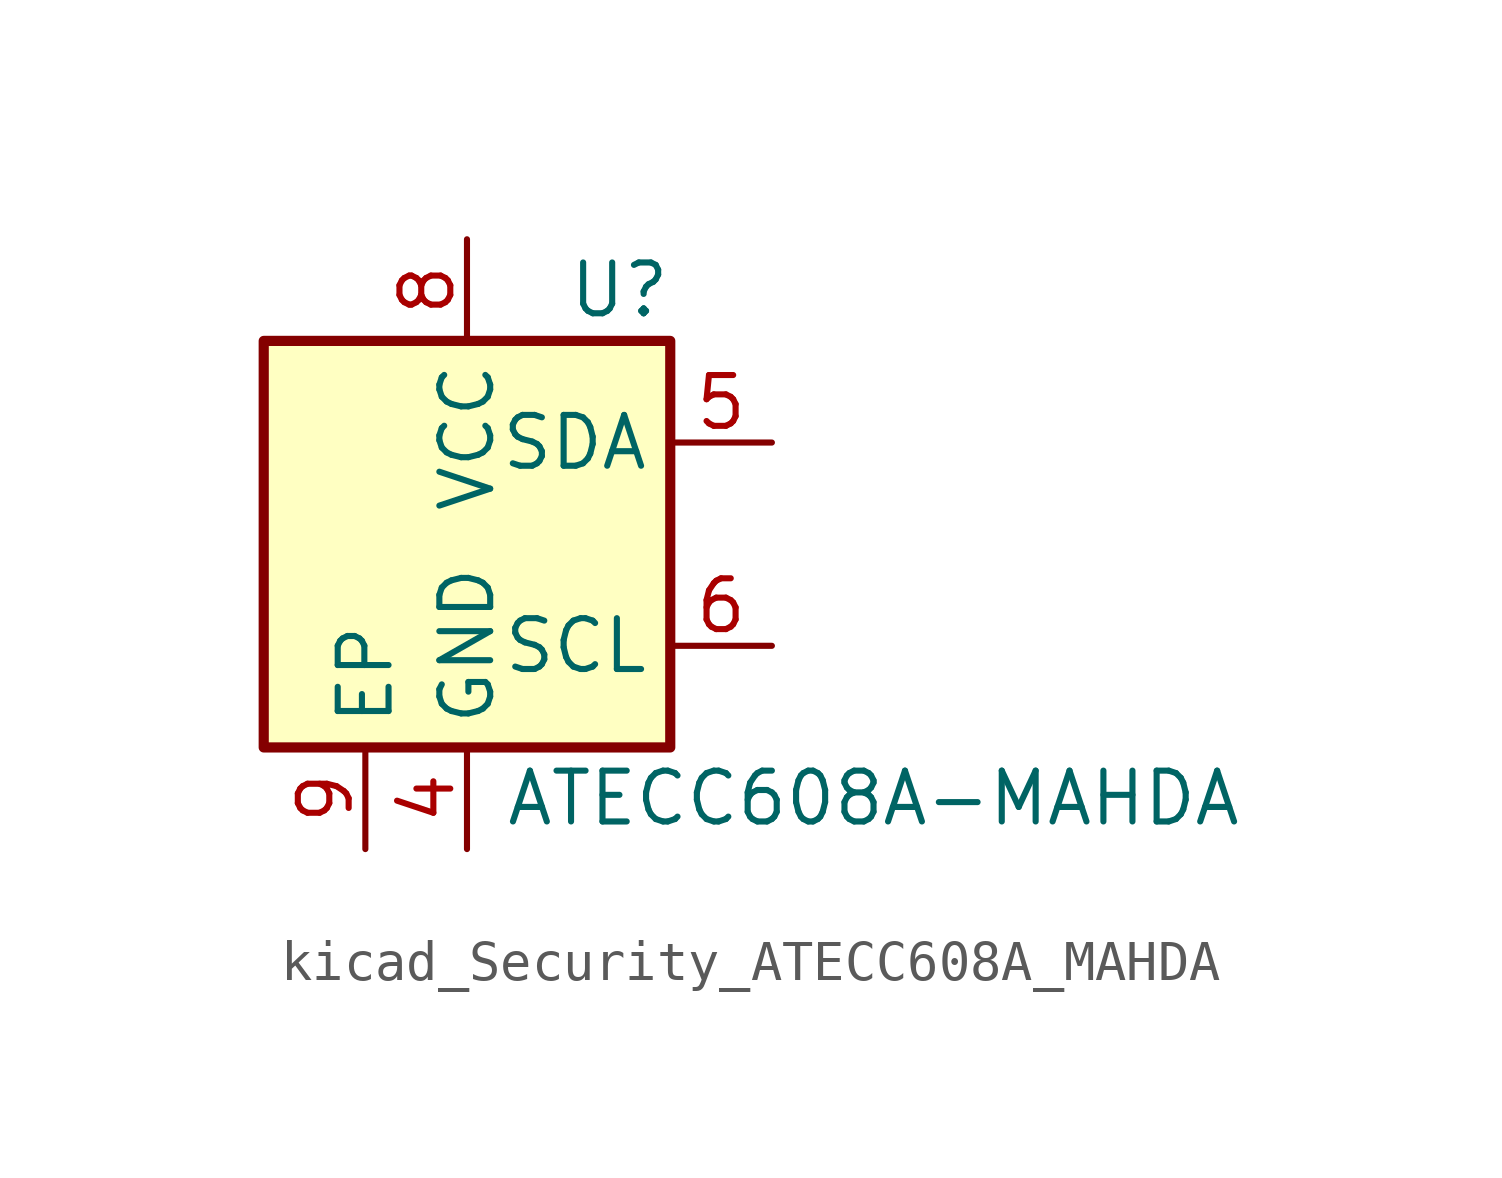
<source format=kicad_sym>
(kicad_symbol_lib
  (version 20220914)
  (generator kicad_symbol_editor)
  (symbol "kicad_Security_ATECC608A_MAHDA"
    (property "Reference" "U"
      (at 3.81 6.35 0)
      (effects (font (size 1.27 1.27))))
    (property "Value" "ATECC608A-MAHDA"
      (at 10.16 -6.35 0)
      (effects (font (size 1.27 1.27))))
    (symbol "kicad_Security_ATECC608A_MAHDA_0_1"
      (rectangle (start -5.08 5.08) (end 5.08 -5.08) (stroke (width 0.254) (type default)) (fill (type background))))
    (symbol "kicad_Security_ATECC608A_MAHDA_1_1"
      (pin no_connect line (at -5.08 2.54 0) (length 2.54) hide (name "NC" (effects (font (size 1.27 1.27)))) (number "1" (effects (font (size 1.27 1.27)))))
      (pin no_connect line (at -5.08 0 0) (length 2.54) hide (name "NC" (effects (font (size 1.27 1.27)))) (number "2" (effects (font (size 1.27 1.27)))))
      (pin no_connect line (at -5.08 -2.54 0) (length 2.54) hide (name "NC" (effects (font (size 1.27 1.27)))) (number "3" (effects (font (size 1.27 1.27)))))
      (pin power_in line (at 0 -7.62 90) (length 2.54) (name "GND" (effects (font (size 1.27 1.27)))) (number "4" (effects (font (size 1.27 1.27)))))
      (pin bidirectional line (at 7.62 2.54 180) (length 2.54) (name "SDA" (effects (font (size 1.27 1.27)))) (number "5" (effects (font (size 1.27 1.27)))))
      (pin input line (at 7.62 -2.54 180) (length 2.54) (name "SCL" (effects (font (size 1.27 1.27)))) (number "6" (effects (font (size 1.27 1.27)))))
      (pin no_connect line (at 5.08 0 180) (length 2.54) hide (name "NC" (effects (font (size 1.27 1.27)))) (number "7" (effects (font (size 1.27 1.27)))))
      (pin power_in line (at 0 7.62 270) (length 2.54) (name "VCC" (effects (font (size 1.27 1.27)))) (number "8" (effects (font (size 1.27 1.27)))))
      (pin input line (at -2.54 -7.62 90) (length 2.54) (name "EP" (effects (font (size 1.27 1.27)))) (number "9" (effects (font (size 1.27 1.27))))))))
</source>
